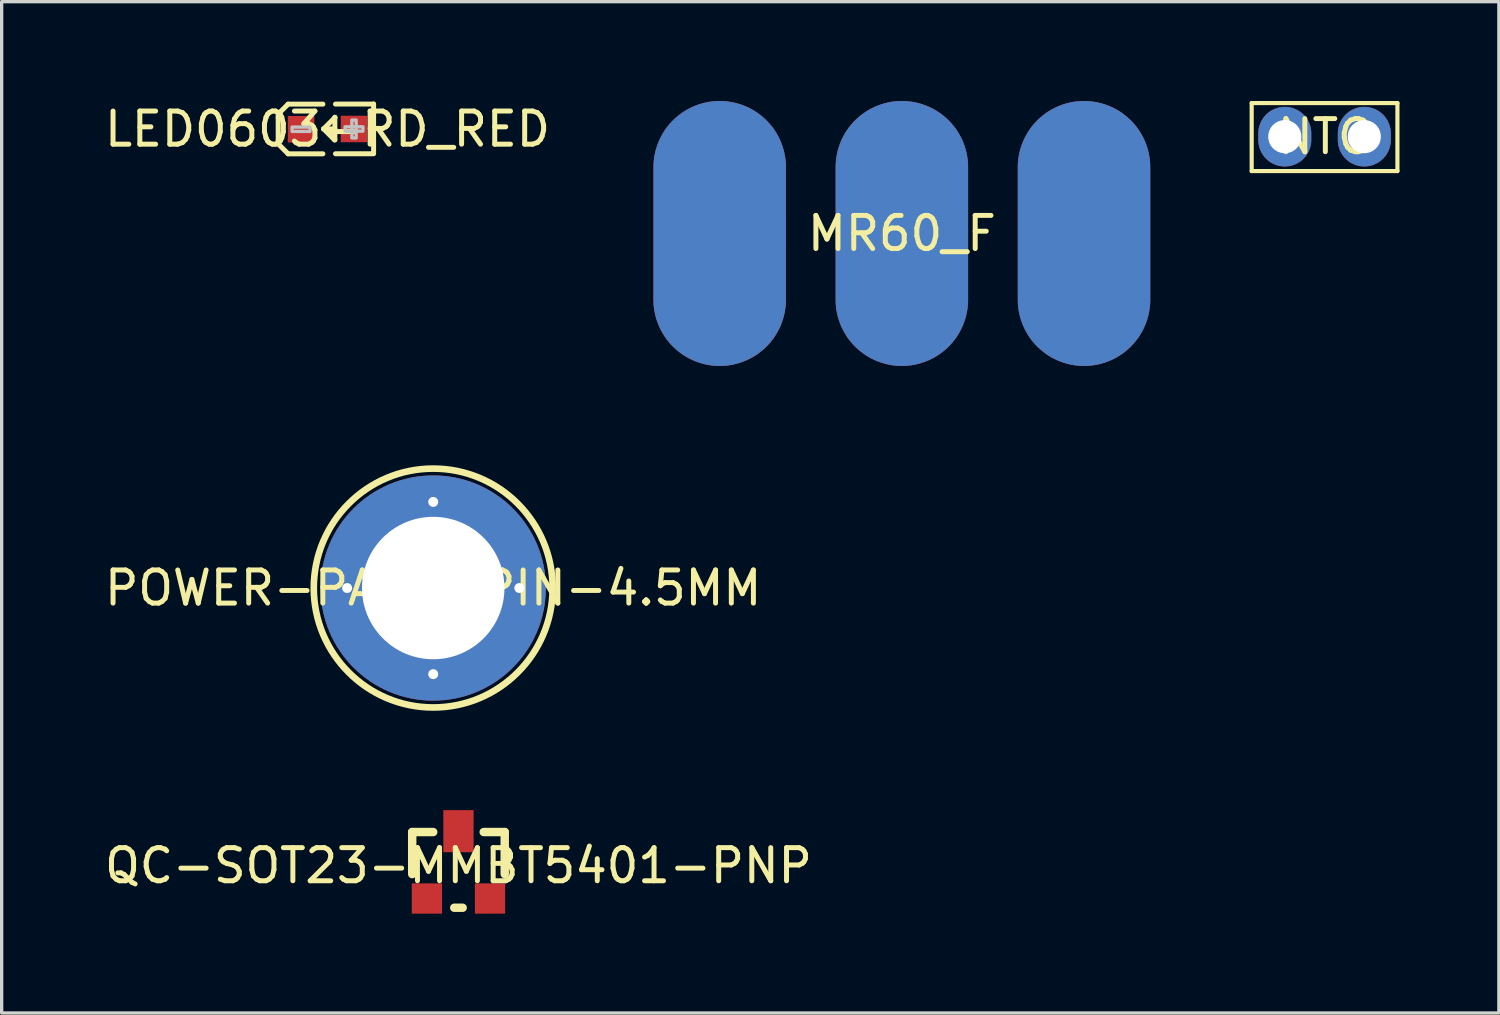
<source format=kicad_pcb>
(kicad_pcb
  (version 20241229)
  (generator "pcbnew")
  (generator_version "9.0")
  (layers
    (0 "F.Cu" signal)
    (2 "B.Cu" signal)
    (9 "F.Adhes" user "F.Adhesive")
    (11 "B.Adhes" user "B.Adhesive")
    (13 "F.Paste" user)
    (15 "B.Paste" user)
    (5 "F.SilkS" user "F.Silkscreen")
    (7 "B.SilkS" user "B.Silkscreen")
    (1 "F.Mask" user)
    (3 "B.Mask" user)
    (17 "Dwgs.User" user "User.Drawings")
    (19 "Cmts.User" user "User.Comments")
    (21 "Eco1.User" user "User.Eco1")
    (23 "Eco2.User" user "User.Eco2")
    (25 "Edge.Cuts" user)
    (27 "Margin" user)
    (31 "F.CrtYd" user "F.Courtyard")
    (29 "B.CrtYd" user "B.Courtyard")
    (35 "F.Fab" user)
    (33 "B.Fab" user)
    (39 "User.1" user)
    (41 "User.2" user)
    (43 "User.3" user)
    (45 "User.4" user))
  (footprint "POWER-PAD-5PIN-4.5MM"
    (layer "F.Cu")
    (at 10.03 14.704)
    (property "Reference" "POWER-PAD-5PIN-4.5MM" (at 0 0 0) (layer "F.SilkS") (effects (font (size 1 1) (thickness 0.15))))
    (fp_circle (center 0 0) (end 3.606 0) (stroke (width 0.2) (type default)) (fill no) (layer "F.SilkS"))
    (pad "1" thru_hole circle (at 0 0) (size 6.8 6.8) (drill 4.3) (layers "*.Cu" "*.Mask"))
    (pad "2" thru_hole circle (at 0 -2.6) (size 0.6 0.6) (drill 0.3) (layers "*.Cu" "*.Mask"))
    (pad "3" thru_hole circle (at 0 2.6) (size 0.6 0.6) (drill 0.3) (layers "*.Cu" "*.Mask"))
    (pad "4" thru_hole circle (at 2.6 0) (size 0.6 0.6) (drill 0.3) (layers "*.Cu" "*.Mask"))
    (pad "5" thru_hole circle (at -2.6 0) (size 0.6 0.6) (drill 0.3) (layers "*.Cu" "*.Mask")))
  (footprint "LED0603-RD_RED"
    (layer "F.Cu")
    (at 6.839 0.848)
    (property "Reference" "LED0603-RD_RED" (at 0 0 0) (layer "F.SilkS") (effects (font (size 1 1) (thickness 0.15))))
    (fp_line (start -1.49 -0.455) (end -1.19 -0.754) (stroke (width 0.15) (type default)) (layer "F.SilkS"))
    (fp_line (start -1.49 -0.354) (end -1.49 -0.455) (stroke (width 0.15) (type default)) (layer "F.SilkS"))
    (fp_line (start -1.49 -0.354) (end -1.49 0.345) (stroke (width 0.15) (type default)) (layer "F.SilkS"))
    (fp_line (start -1.49 0.345) (end -1.49 0.446) (stroke (width 0.15) (type default)) (layer "F.SilkS"))
    (fp_line (start -1.49 0.446) (end -1.19 0.746) (stroke (width 0.15) (type default)) (layer "F.SilkS"))
    (fp_line (start -0.14 -0.754) (end -1.19 -0.754) (stroke (width 0.15) (type default)) (layer "F.SilkS"))
    (fp_line (start -0.14 0.746) (end -1.19 0.746) (stroke (width 0.15) (type default)) (layer "F.SilkS"))
    (fp_line (start 0.21 0.324) (end -0.119 -0.006) (stroke (width 0.15) (type default)) (layer "F.SilkS"))
    (fp_line (start 0.221 -0.356) (end 0.221 -0.346) (stroke (width 0.15) (type default)) (layer "F.SilkS"))
    (fp_line (start 0.221 -0.356) (end 0.221 0.324) (stroke (width 0.15) (type default)) (layer "F.SilkS"))
    (fp_line (start 0.221 -0.346) (end -0.119 -0.006) (stroke (width 0.15) (type default)) (layer "F.SilkS"))
    (fp_line (start 0.221 -0.006) (end -0.119 -0.006) (stroke (width 0.15) (type default)) (layer "F.SilkS"))
    (fp_line (start 0.221 0.324) (end 0.21 0.324) (stroke (width 0.15) (type default)) (layer "F.SilkS"))
    (fp_line (start 0.24 -0.756) (end 1.391 -0.756) (stroke (width 0.15) (type default)) (layer "F.SilkS"))
    (fp_line (start 0.24 0.744) (end 1.391 0.744) (stroke (width 0.15) (type default)) (layer "F.SilkS"))
    (fp_line (start 1.391 -0.756) (end 1.391 0.724) (stroke (width 0.15) (type default)) (layer "F.SilkS"))
    (fp_poly (pts (xy -1.07 -0.061) (xy -0.53 -0.061) (xy -0.53 0.069) (xy -1.07 0.069)) (stroke (width 0.1) (type default)) (fill no) (layer "Dwgs.User"))
    (fp_poly (pts (xy 0.529 -0.069) (xy 1.069 -0.069) (xy 1.069 0.061) (xy 0.529 0.061)) (stroke (width 0.1) (type default)) (fill no) (layer "Dwgs.User"))
    (fp_poly (pts (xy 0.735 0.267) (xy 0.735 -0.273) (xy 0.865 -0.273) (xy 0.865 0.267)) (stroke (width 0.1) (type default)) (fill no) (layer "Dwgs.User"))
    (fp_poly (pts (xy -0.799 0.404) (xy -0.799 -0.397) (xy -0.499 -0.397) (xy -0.499 0.404)) (stroke (width 0.1) (type default)) (fill no) (layer "User.1"))
    (fp_poly (pts (xy 0.5 0.397) (xy 0.5 -0.404) (xy 0.8 -0.404) (xy 0.8 0.397)) (stroke (width 0.1) (type default)) (fill no) (layer "User.1"))
    (fp_line (start -0.799 -0.4) (end 0.8 -0.4) (stroke (width 0.051) (type default)) (layer "User.2"))
    (fp_line (start -0.799 0.4) (end -0.799 -0.4) (stroke (width 0.051) (type default)) (layer "User.2"))
    (fp_line (start 0.8 -0.4) (end 0.8 0.4) (stroke (width 0.051) (type default)) (layer "User.2"))
    (fp_line (start 0.8 0.4) (end -0.799 0.4) (stroke (width 0.051) (type default)) (layer "User.2"))
    (fp_poly (pts (xy -0.74 0.404) (xy -0.757 0.361) (xy -0.799 0.344) (xy -0.842 0.361) (xy -0.86 0.404) (xy -0.842 0.446) (xy -0.799 0.464) (xy -0.757 0.446)) (stroke (width 0.1) (type default)) (fill no) (layer "User.3"))
    (pad "1" smd rect (at -0.799 0.004 90) (size 0.8 0.8) (layers "F.Cu" "F.Mask" "F.Paste"))
    (pad "2" smd rect (at 0.799 -0.004 90) (size 0.8 0.8) (layers "F.Cu" "F.Mask" "F.Paste")))
  (footprint "NTC"
    (layer "F.Cu")
    (at 36.941 1.076)
    (property "Reference" "NTC" (at 0 0 0) (layer "F.SilkS") (effects (font (size 1 1) (thickness 0.15))))
    (fp_line (start -2.2 -1.014) (end 2.2 -1.014) (stroke (width 0.125) (type default)) (layer "F.SilkS"))
    (fp_line (start -2.2 1.039) (end -2.2 -1.014) (stroke (width 0.125) (type default)) (layer "F.SilkS"))
    (fp_line (start 2.2 -1.014) (end 2.2 1.039) (stroke (width 0.125) (type default)) (layer "F.SilkS"))
    (fp_line (start 2.2 1.039) (end -2.2 1.039) (stroke (width 0.125) (type default)) (layer "F.SilkS"))
    (pad "1" thru_hole oval (at -1.2 0 90) (size 1.8 1.6) (drill 1) (layers "*.Cu" "*.Mask"))
    (pad "2" thru_hole oval (at 1.2 0 90) (size 1.8 1.6) (drill 1) (layers "*.Cu" "*.Mask")))
  (footprint "MR60_F"
    (layer "F.Cu")
    (at 24.179 3.999)
    (property "Reference" "MR60_F" (at 0 0 0) (layer "F.SilkS") (effects (font (size 1 1) (thickness 0.15))))
    (pad "1" thru_hole custom (at -5.5 0) (size 0.000001 0.000001) (drill 2.5) (layers "*.Cu" "*.Mask") (options (anchor circle)) (primitives (gr_poly (pts (xy -0.05 3.999) (xy -0.149 3.994) (xy -0.248 3.985) (xy -0.347 3.97) (xy -0.445 3.95) (xy -0.541 3.925) (xy -0.637 3.896) (xy -0.731 3.861) (xy -0.823 3.823) (xy -0.912 3.78) (xy -1 3.732) (xy -1.085 3.68) (xy -1.167 3.624) (xy -1.247 3.563) (xy -1.323 3.499) (xy -1.397 3.432) (xy -1.466 3.361) (xy -1.532 3.285) (xy -1.594 3.208) (xy -1.653 3.127) (xy -1.706 3.043) (xy -1.756 2.957) (xy -1.802 2.868) (xy -1.843 2.777) (xy -1.879 2.684) (xy -1.911 2.59) (xy -1.938 2.494) (xy -1.96 2.397) (xy -1.978 2.298) (xy -1.99 2.199) (xy -1.998 2.099) (xy -2 2) (xy -2 -2) (xy -1.998 -2.099) (xy -1.99 -2.199) (xy -1.978 -2.298) (xy -1.96 -2.397) (xy -1.938 -2.494) (xy -1.911 -2.59) (xy -1.879 -2.684) (xy -1.843 -2.777) (xy -1.802 -2.868) (xy -1.756 -2.957) (xy -1.706 -3.043) (xy -1.653 -3.127) (xy -1.594 -3.208) (xy -1.532 -3.285) (xy -1.466 -3.361) (xy -1.397 -3.432) (xy -1.323 -3.499) (xy -1.247 -3.563) (xy -1.167 -3.624) (xy -1.085 -3.68) (xy -1 -3.732) (xy -0.912 -3.78) (xy -0.823 -3.823) (xy -0.731 -3.861) (xy -0.637 -3.896) (xy -0.541 -3.925) (xy -0.445 -3.95) (xy -0.347 -3.97) (xy -0.248 -3.985) (xy -0.149 -3.994) (xy -0.05 -3.999) (xy 0.05 -3.999) (xy 0.149 -3.994) (xy 0.248 -3.985) (xy 0.347 -3.97) (xy 0.445 -3.95) (xy 0.541 -3.925) (xy 0.637 -3.896) (xy 0.731 -3.861) (xy 0.823 -3.823) (xy 0.912 -3.78) (xy 1 -3.732) (xy 1.085 -3.68) (xy 1.167 -3.624) (xy 1.247 -3.563) (xy 1.323 -3.499) (xy 1.397 -3.432) (xy 1.466 -3.361) (xy 1.532 -3.285) (xy 1.595 -3.208) (xy 1.653 -3.127) (xy 1.706 -3.043) (xy 1.756 -2.957) (xy 1.802 -2.868) (xy 1.843 -2.777) (xy 1.879 -2.684) (xy 1.911 -2.59) (xy 1.938 -2.494) (xy 1.96 -2.397) (xy 1.978 -2.298) (xy 1.99 -2.199) (xy 1.998 -2.099) (xy 2 -2) (xy 2 2) (xy 1.998 2.099) (xy 1.99 2.199) (xy 1.978 2.298) (xy 1.96 2.397) (xy 1.938 2.494) (xy 1.911 2.59) (xy 1.879 2.684) (xy 1.843 2.777) (xy 1.802 2.868) (xy 1.756 2.957) (xy 1.706 3.043) (xy 1.653 3.127) (xy 1.595 3.208) (xy 1.532 3.285) (xy 1.466 3.361) (xy 1.397 3.432) (xy 1.323 3.499) (xy 1.247 3.563) (xy 1.167 3.624) (xy 1.085 3.68) (xy 1 3.732) (xy 0.912 3.78) (xy 0.823 3.823) (xy 0.731 3.861) (xy 0.637 3.896) (xy 0.541 3.925) (xy 0.445 3.95) (xy 0.347 3.97) (xy 0.248 3.985) (xy 0.149 3.994) (xy 0.05 3.999)) (width 0) (fill yes))))
    (pad "2" thru_hole custom (at 0 0) (size 0.000001 0.000001) (drill 2.5) (layers "*.Cu" "*.Mask") (options (anchor circle)) (primitives (gr_poly (pts (xy -0.05 3.999) (xy -0.149 3.994) (xy -0.248 3.985) (xy -0.347 3.97) (xy -0.445 3.95) (xy -0.541 3.925) (xy -0.637 3.896) (xy -0.731 3.861) (xy -0.823 3.823) (xy -0.912 3.78) (xy -1 3.732) (xy -1.085 3.68) (xy -1.167 3.624) (xy -1.247 3.563) (xy -1.323 3.499) (xy -1.397 3.432) (xy -1.466 3.361) (xy -1.532 3.285) (xy -1.595 3.208) (xy -1.653 3.127) (xy -1.706 3.043) (xy -1.756 2.957) (xy -1.802 2.868) (xy -1.843 2.777) (xy -1.879 2.684) (xy -1.911 2.59) (xy -1.938 2.494) (xy -1.96 2.397) (xy -1.978 2.298) (xy -1.99 2.199) (xy -1.998 2.099) (xy -2 2) (xy -2 -2) (xy -1.998 -2.099) (xy -1.99 -2.199) (xy -1.978 -2.298) (xy -1.96 -2.397) (xy -1.938 -2.494) (xy -1.911 -2.59) (xy -1.879 -2.684) (xy -1.843 -2.777) (xy -1.802 -2.868) (xy -1.756 -2.957) (xy -1.706 -3.043) (xy -1.653 -3.127) (xy -1.595 -3.208) (xy -1.532 -3.285) (xy -1.466 -3.361) (xy -1.397 -3.432) (xy -1.323 -3.499) (xy -1.247 -3.563) (xy -1.167 -3.624) (xy -1.085 -3.68) (xy -1 -3.732) (xy -0.912 -3.78) (xy -0.823 -3.823) (xy -0.731 -3.861) (xy -0.637 -3.896) (xy -0.541 -3.925) (xy -0.445 -3.95) (xy -0.347 -3.97) (xy -0.248 -3.985) (xy -0.149 -3.994) (xy -0.05 -3.999) (xy 0.05 -3.999) (xy 0.149 -3.994) (xy 0.248 -3.985) (xy 0.347 -3.97) (xy 0.445 -3.95) (xy 0.541 -3.925) (xy 0.637 -3.896) (xy 0.731 -3.861) (xy 0.823 -3.823) (xy 0.912 -3.78) (xy 1 -3.732) (xy 1.085 -3.68) (xy 1.167 -3.624) (xy 1.247 -3.563) (xy 1.323 -3.499) (xy 1.397 -3.432) (xy 1.466 -3.361) (xy 1.532 -3.285) (xy 1.595 -3.208) (xy 1.653 -3.127) (xy 1.706 -3.043) (xy 1.756 -2.957) (xy 1.802 -2.868) (xy 1.843 -2.777) (xy 1.879 -2.684) (xy 1.911 -2.59) (xy 1.938 -2.494) (xy 1.96 -2.397) (xy 1.978 -2.298) (xy 1.99 -2.199) (xy 1.998 -2.099) (xy 2 -2) (xy 2 2) (xy 1.998 2.099) (xy 1.99 2.199) (xy 1.978 2.298) (xy 1.96 2.397) (xy 1.938 2.494) (xy 1.911 2.59) (xy 1.879 2.684) (xy 1.843 2.777) (xy 1.802 2.868) (xy 1.756 2.957) (xy 1.706 3.043) (xy 1.653 3.127) (xy 1.595 3.208) (xy 1.532 3.285) (xy 1.466 3.361) (xy 1.397 3.432) (xy 1.323 3.499) (xy 1.247 3.563) (xy 1.167 3.624) (xy 1.085 3.68) (xy 1 3.732) (xy 0.912 3.78) (xy 0.823 3.823) (xy 0.731 3.861) (xy 0.637 3.896) (xy 0.541 3.925) (xy 0.445 3.95) (xy 0.347 3.97) (xy 0.248 3.985) (xy 0.149 3.994) (xy 0.05 3.999)) (width 0) (fill yes))))
    (pad "3" thru_hole custom (at 5.5 0) (size 0.000001 0.000001) (drill 2.5) (layers "*.Cu" "*.Mask") (options (anchor circle)) (primitives (gr_poly (pts (xy -0.05 3.999) (xy -0.149 3.994) (xy -0.248 3.985) (xy -0.347 3.97) (xy -0.445 3.95) (xy -0.541 3.925) (xy -0.637 3.896) (xy -0.731 3.861) (xy -0.823 3.823) (xy -0.912 3.78) (xy -1 3.732) (xy -1.085 3.68) (xy -1.167 3.624) (xy -1.247 3.563) (xy -1.323 3.499) (xy -1.397 3.432) (xy -1.466 3.361) (xy -1.532 3.285) (xy -1.595 3.208) (xy -1.653 3.127) (xy -1.706 3.043) (xy -1.756 2.957) (xy -1.802 2.868) (xy -1.843 2.777) (xy -1.879 2.684) (xy -1.911 2.59) (xy -1.938 2.494) (xy -1.96 2.397) (xy -1.978 2.298) (xy -1.99 2.199) (xy -1.998 2.099) (xy -2 2) (xy -2 -2) (xy -1.998 -2.099) (xy -1.99 -2.199) (xy -1.978 -2.298) (xy -1.96 -2.397) (xy -1.938 -2.494) (xy -1.911 -2.59) (xy -1.879 -2.684) (xy -1.843 -2.777) (xy -1.802 -2.868) (xy -1.756 -2.957) (xy -1.706 -3.043) (xy -1.653 -3.127) (xy -1.595 -3.208) (xy -1.532 -3.285) (xy -1.466 -3.361) (xy -1.397 -3.432) (xy -1.323 -3.499) (xy -1.247 -3.563) (xy -1.167 -3.624) (xy -1.085 -3.68) (xy -1 -3.732) (xy -0.912 -3.78) (xy -0.823 -3.823) (xy -0.731 -3.861) (xy -0.637 -3.896) (xy -0.541 -3.925) (xy -0.445 -3.95) (xy -0.347 -3.97) (xy -0.248 -3.985) (xy -0.149 -3.994) (xy -0.05 -3.999) (xy 0.05 -3.999) (xy 0.149 -3.994) (xy 0.248 -3.985) (xy 0.347 -3.97) (xy 0.445 -3.95) (xy 0.541 -3.925) (xy 0.637 -3.896) (xy 0.731 -3.861) (xy 0.823 -3.823) (xy 0.912 -3.78) (xy 1 -3.732) (xy 1.085 -3.68) (xy 1.167 -3.624) (xy 1.247 -3.563) (xy 1.323 -3.499) (xy 1.397 -3.432) (xy 1.466 -3.361) (xy 1.532 -3.285) (xy 1.594 -3.208) (xy 1.653 -3.127) (xy 1.706 -3.043) (xy 1.756 -2.957) (xy 1.802 -2.868) (xy 1.843 -2.777) (xy 1.879 -2.684) (xy 1.911 -2.59) (xy 1.938 -2.494) (xy 1.96 -2.397) (xy 1.978 -2.298) (xy 1.99 -2.199) (xy 1.998 -2.099) (xy 2 -2) (xy 2 2) (xy 1.998 2.099) (xy 1.99 2.199) (xy 1.978 2.298) (xy 1.96 2.397) (xy 1.938 2.494) (xy 1.911 2.59) (xy 1.879 2.684) (xy 1.843 2.777) (xy 1.802 2.868) (xy 1.756 2.957) (xy 1.706 3.043) (xy 1.653 3.127) (xy 1.594 3.208) (xy 1.532 3.285) (xy 1.466 3.361) (xy 1.397 3.432) (xy 1.323 3.499) (xy 1.247 3.563) (xy 1.167 3.624) (xy 1.085 3.68) (xy 1 3.732) (xy 0.912 3.78) (xy 0.823 3.823) (xy 0.731 3.861) (xy 0.637 3.896) (xy 0.541 3.925) (xy 0.445 3.95) (xy 0.347 3.97) (xy 0.248 3.985) (xy 0.149 3.994) (xy 0.05 3.999)) (width 0) (fill yes)))))
  (footprint "QC-SOT23-MMBT5401-PNP"
    (layer "F.Cu")
    (at 10.792 23.087)
    (property "Reference" "QC-SOT23-MMBT5401-PNP" (at 0 0 0) (layer "F.SilkS") (effects (font (size 1 1) (thickness 0.15))))
    (fp_line (start -1.397 -1.016) (end -1.397 0.254) (stroke (width 0.254) (type default)) (layer "F.SilkS"))
    (fp_line (start -0.762 -1.016) (end -1.397 -1.016) (stroke (width 0.254) (type default)) (layer "F.SilkS"))
    (fp_line (start -0.127 1.27) (end 0.127 1.27) (stroke (width 0.254) (type default)) (layer "F.SilkS"))
    (fp_line (start 0.762 -1.016) (end 1.397 -1.016) (stroke (width 0.254) (type default)) (layer "F.SilkS"))
    (fp_line (start 1.397 -1.016) (end 1.397 0.254) (stroke (width 0.254) (type default)) (layer "F.SilkS"))
    (pad "1" smd rect (at -0.953 0.991) (size 0.914 0.914) (layers "F.Cu" "F.Mask" "F.Paste"))
    (pad "2" smd rect (at 0.953 0.991) (size 0.914 0.914) (layers "F.Cu" "F.Mask" "F.Paste"))
    (pad "3" smd rect (at 0 -1.042 90) (size 1.27 0.914) (layers "F.Cu" "F.Mask" "F.Paste")))
  (gr_rect
    (start -3 -3)
    (end 42.204 27.534)
    (stroke (width 0.1) (type default))
    (fill no)
    (layer "Edge.Cuts")))
</source>
